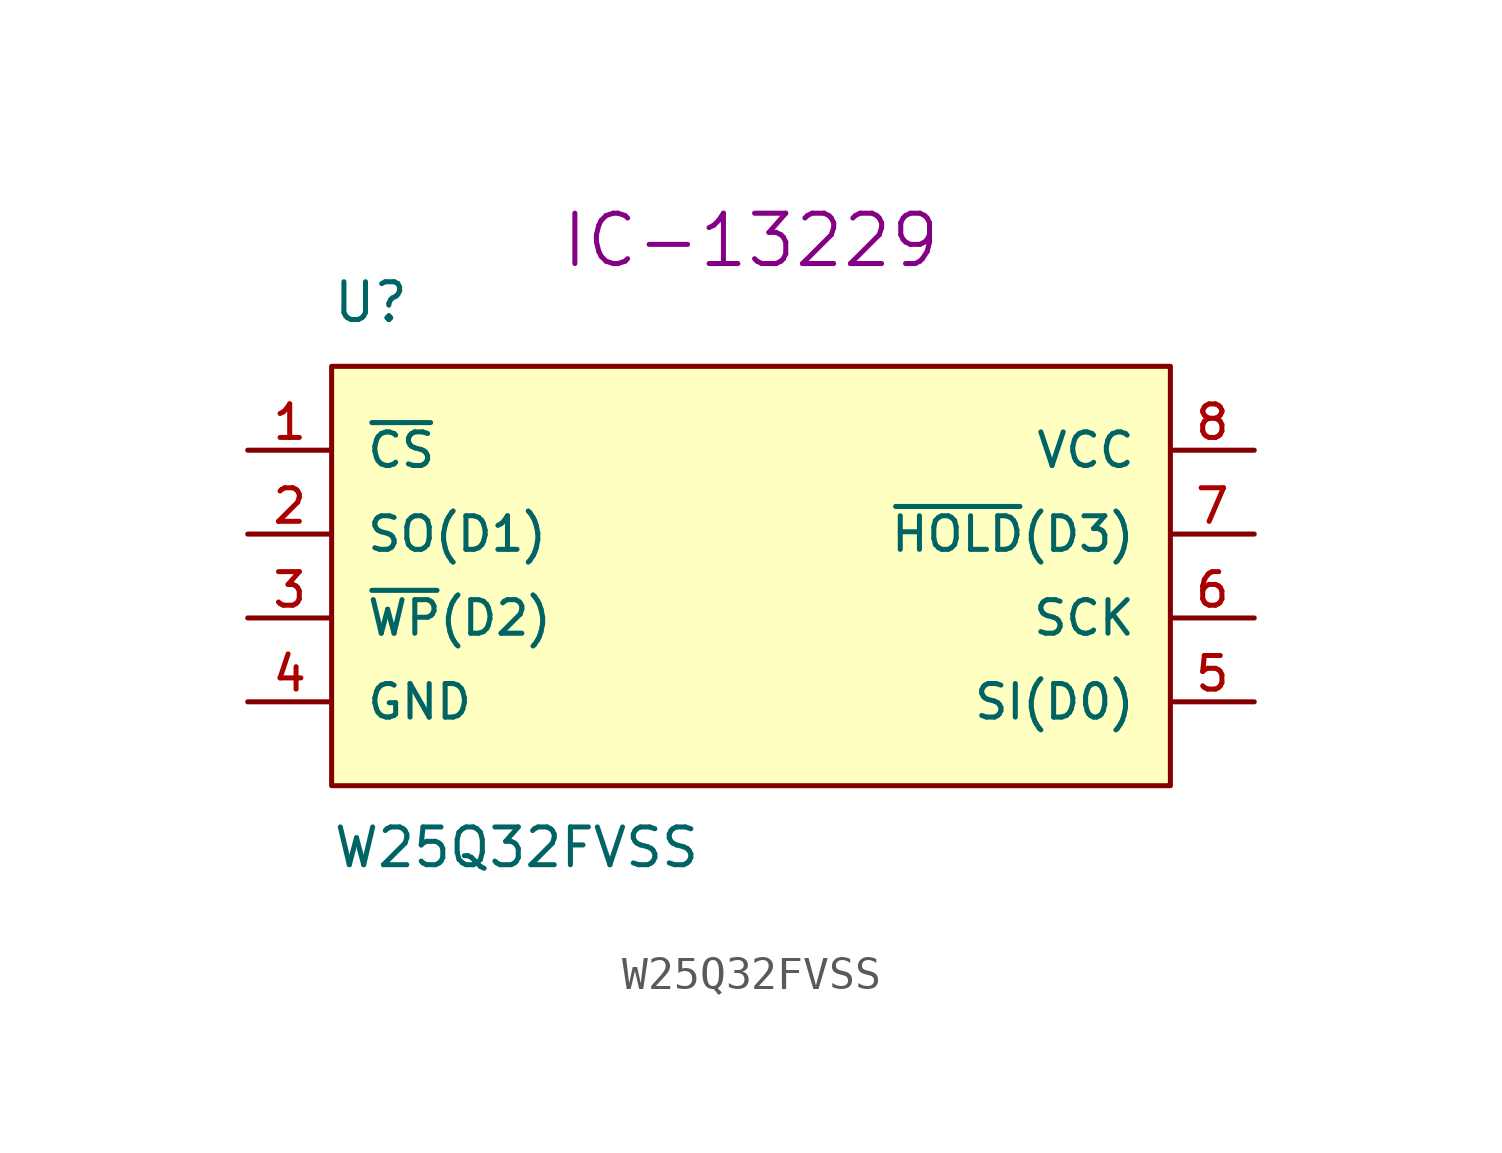
<source format=kicad_sym>
(kicad_symbol_lib
  (version 20211014)
  (generator kicad_symbol_editor)
  (symbol "W25Q32FVSS"
    (pin_names
      (offset 1.016))
    (property "Reference" "U"
      (at -12.7 7.62 0)
      (effects (font (size 1.143 1.143)) (justify left bottom)))
    (property "Value" "W25Q32FVSS"
      (at -12.7 -8.89 0)
      (effects (font (size 1.143 1.143)) (justify left bottom)))
    (property "Field4" "IC-13229"
      (at 0 10.16 0)
      (effects (font (size 1.524 1.524))))
    (property "ki_locked" ""
      (at 0 0 0)
      (effects (font (size 1.27 1.27))))
    (symbol "W25Q32FVSS_1_1"
      (polyline (pts (xy -12.7 -6.35) (xy -12.7 6.35) (xy 12.7 6.35) (xy 12.7 -6.35) (xy -12.7 -6.35)) (stroke (width 0) (type default) (color 0 0 0 0)) (fill (type background)))
      (pin bidirectional line (at -15.24 3.81 0) (length 2.54) (name "~{CS}" (effects (font (size 1.016 1.016)))) (number "1" (effects (font (size 1.016 1.016)))))
      (pin bidirectional line (at -15.24 1.27 0) (length 2.54) (name "SO(D1)" (effects (font (size 1.016 1.016)))) (number "2" (effects (font (size 1.016 1.016)))))
      (pin bidirectional line (at -15.24 -1.27 0) (length 2.54) (name "~{WP}(D2)" (effects (font (size 1.016 1.016)))) (number "3" (effects (font (size 1.016 1.016)))))
      (pin bidirectional line (at -15.24 -3.81 0) (length 2.54) (name "GND" (effects (font (size 1.016 1.016)))) (number "4" (effects (font (size 1.016 1.016)))))
      (pin bidirectional line (at 15.24 -3.81 180) (length 2.54) (name "SI(D0)" (effects (font (size 1.016 1.016)))) (number "5" (effects (font (size 1.016 1.016)))))
      (pin bidirectional line (at 15.24 -1.27 180) (length 2.54) (name "SCK" (effects (font (size 1.016 1.016)))) (number "6" (effects (font (size 1.016 1.016)))))
      (pin bidirectional line (at 15.24 1.27 180) (length 2.54) (name "~{HOLD}(D3)" (effects (font (size 1.016 1.016)))) (number "7" (effects (font (size 1.016 1.016)))))
      (pin bidirectional line (at 15.24 3.81 180) (length 2.54) (name "VCC" (effects (font (size 1.016 1.016)))) (number "8" (effects (font (size 1.016 1.016))))))))
</source>
